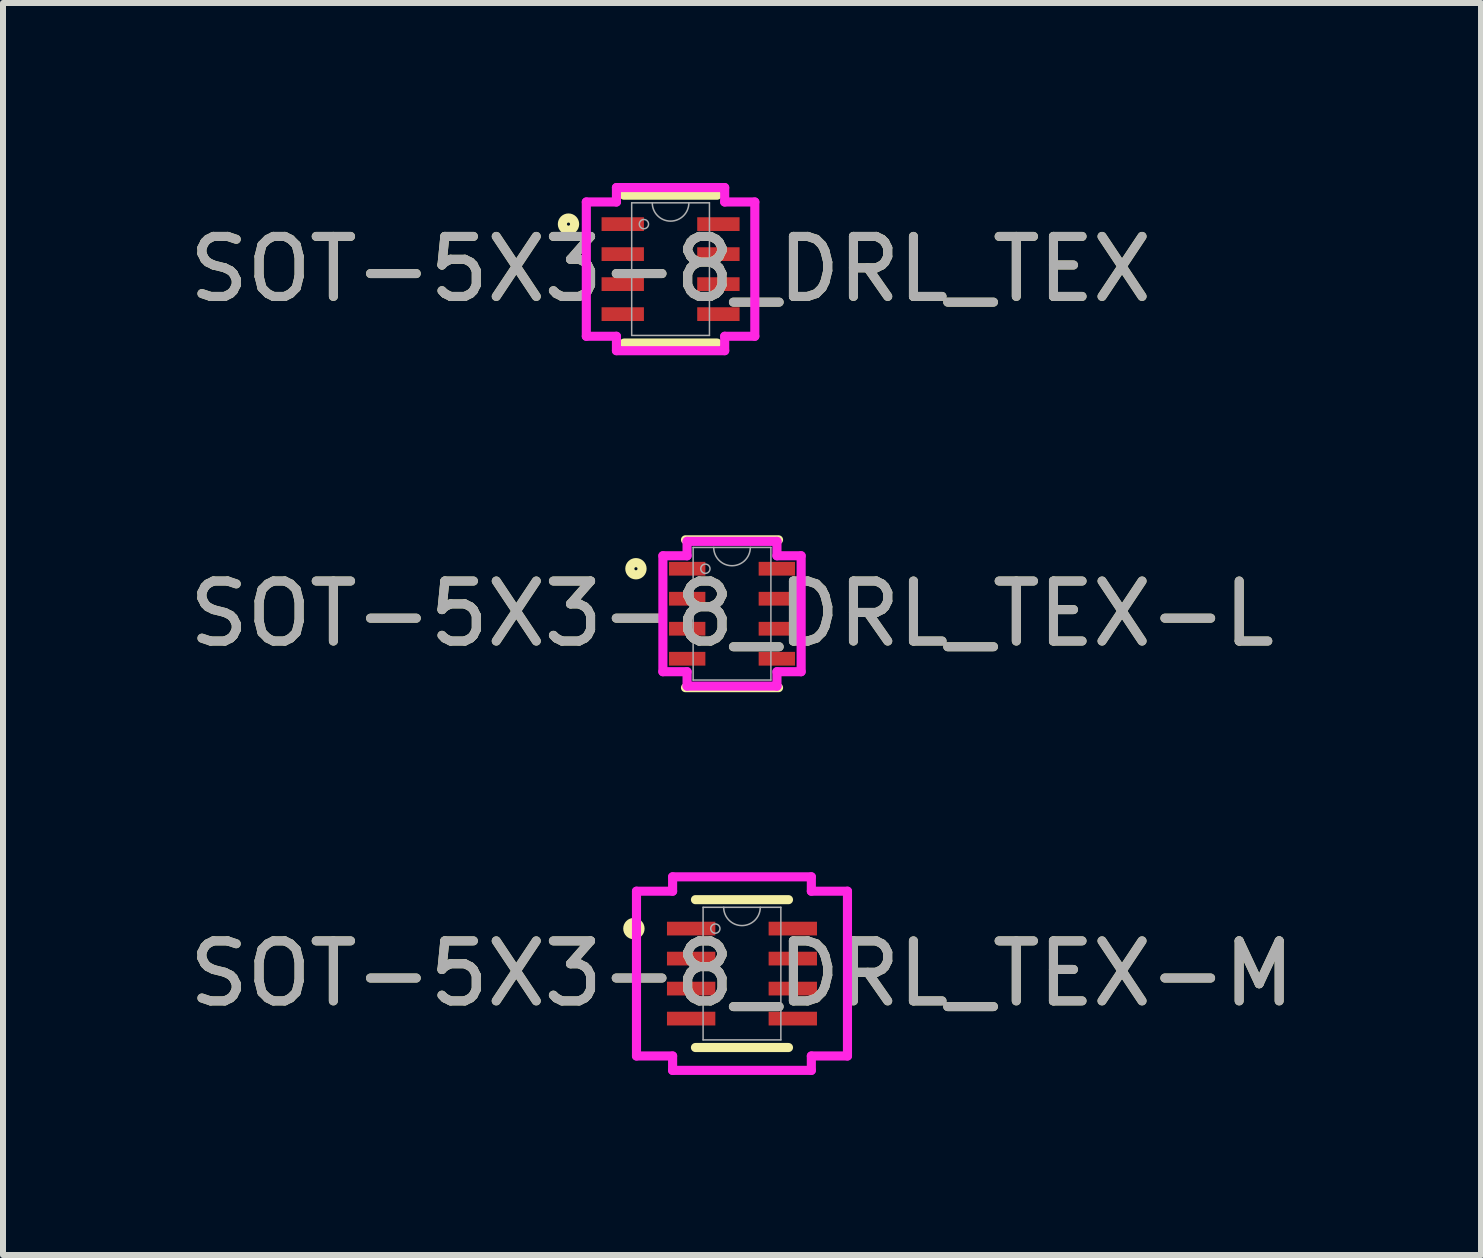
<source format=kicad_pcb>
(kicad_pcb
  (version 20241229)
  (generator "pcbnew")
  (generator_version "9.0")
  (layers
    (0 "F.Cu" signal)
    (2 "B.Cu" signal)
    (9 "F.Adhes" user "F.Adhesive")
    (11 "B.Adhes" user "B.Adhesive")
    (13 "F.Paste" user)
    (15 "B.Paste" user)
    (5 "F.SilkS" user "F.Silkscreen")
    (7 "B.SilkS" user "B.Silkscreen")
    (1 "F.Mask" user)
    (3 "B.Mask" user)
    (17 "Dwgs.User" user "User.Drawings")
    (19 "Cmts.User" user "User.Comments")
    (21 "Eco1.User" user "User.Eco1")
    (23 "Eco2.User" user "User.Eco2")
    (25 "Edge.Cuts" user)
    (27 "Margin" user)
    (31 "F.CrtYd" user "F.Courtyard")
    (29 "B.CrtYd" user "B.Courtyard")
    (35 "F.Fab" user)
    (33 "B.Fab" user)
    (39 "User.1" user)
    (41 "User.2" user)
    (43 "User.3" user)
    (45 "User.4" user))
  (footprint "SOT-5X3-8_DRL_TEX-L"
    (layer "F.Cu")
    (at 9.149 7.178)
    (property "Reference" "SOT-5X3-8_DRL_TEX-L" (at 0 0 0) (unlocked yes) (layer "F.SilkS") (effects (font (size 1 1) (thickness 0.15))))
    (attr smd)
    (fp_line (start -0.775 1.232) (end 0.775 1.232) (stroke (width 0.152) (type solid)) (layer "F.SilkS"))
    (fp_line (start 0.775 -1.232) (end -0.775 -1.232) (stroke (width 0.152) (type solid)) (layer "F.SilkS"))
    (fp_circle (center -1.601 -0.75) (end -1.499 -0.75) (stroke (width 0.152) (type solid)) (fill no) (layer "F.SilkS"))
    (fp_line (start -1.152 -0.966) (end -0.749 -0.966) (stroke (width 0.152) (type solid)) (layer "F.CrtYd"))
    (fp_line (start -1.152 0.966) (end -1.152 -0.966) (stroke (width 0.152) (type solid)) (layer "F.CrtYd"))
    (fp_line (start -1.152 0.966) (end -0.749 0.966) (stroke (width 0.152) (type solid)) (layer "F.CrtYd"))
    (fp_line (start -0.749 -1.206) (end 0.749 -1.206) (stroke (width 0.152) (type solid)) (layer "F.CrtYd"))
    (fp_line (start -0.749 -0.966) (end -0.749 -1.206) (stroke (width 0.152) (type solid)) (layer "F.CrtYd"))
    (fp_line (start -0.749 1.206) (end -0.749 0.966) (stroke (width 0.152) (type solid)) (layer "F.CrtYd"))
    (fp_line (start 0.749 -1.206) (end 0.749 -0.966) (stroke (width 0.152) (type solid)) (layer "F.CrtYd"))
    (fp_line (start 0.749 0.966) (end 0.749 1.206) (stroke (width 0.152) (type solid)) (layer "F.CrtYd"))
    (fp_line (start 0.749 1.206) (end -0.749 1.206) (stroke (width 0.152) (type solid)) (layer "F.CrtYd"))
    (fp_line (start 1.152 -0.966) (end 0.749 -0.966) (stroke (width 0.152) (type solid)) (layer "F.CrtYd"))
    (fp_line (start 1.152 -0.966) (end 1.152 0.966) (stroke (width 0.152) (type solid)) (layer "F.CrtYd"))
    (fp_line (start 1.152 0.966) (end 0.749 0.966) (stroke (width 0.152) (type solid)) (layer "F.CrtYd"))
    (fp_line (start -0.648 -1.105) (end -0.648 1.105) (stroke (width 0.025) (type solid)) (layer "F.Fab"))
    (fp_line (start -0.648 1.105) (end 0.648 1.105) (stroke (width 0.025) (type solid)) (layer "F.Fab"))
    (fp_line (start 0.648 -1.105) (end -0.648 -1.105) (stroke (width 0.025) (type solid)) (layer "F.Fab"))
    (fp_line (start 0.648 1.105) (end 0.648 -1.105) (stroke (width 0.025) (type solid)) (layer "F.Fab"))
    (fp_arc (start 0.3048 -1.1049) (mid 0 -0.8001) (end -0.3048 -1.1049) (stroke (width 0.0254) (type solid)) (layer "F.Fab"))
    (fp_circle (center -0.444 -0.75) (end -0.367 -0.75) (stroke (width 0.025) (type solid)) (fill no) (layer "F.Fab"))
    (fp_text user "${REFERENCE}" (at 0 0 0) (unlocked yes) (layer "F.Fab") (effects (font (size 1 1) (thickness 0.15))))
    (pad "1" smd rect (at -0.747 -0.75) (size 0.606 0.229) (layers "F.Cu" "F.Mask" "F.Paste"))
    (pad "2" smd rect (at -0.747 -0.25) (size 0.606 0.229) (layers "F.Cu" "F.Mask" "F.Paste"))
    (pad "3" smd rect (at -0.747 0.25) (size 0.606 0.229) (layers "F.Cu" "F.Mask" "F.Paste"))
    (pad "4" smd rect (at -0.747 0.75) (size 0.606 0.229) (layers "F.Cu" "F.Mask" "F.Paste"))
    (pad "5" smd rect (at 0.747 0.75) (size 0.606 0.229) (layers "F.Cu" "F.Mask" "F.Paste"))
    (pad "6" smd rect (at 0.747 0.25) (size 0.606 0.229) (layers "F.Cu" "F.Mask" "F.Paste"))
    (pad "7" smd rect (at 0.747 -0.25) (size 0.606 0.229) (layers "F.Cu" "F.Mask" "F.Paste"))
    (pad "8" smd rect (at 0.747 -0.75) (size 0.606 0.229) (layers "F.Cu" "F.Mask" "F.Paste")))
  (footprint "SOT-5X3-8_DRL_TEX"
    (layer "F.Cu")
    (at 8.125 1.435)
    (property "Reference" "SOT-5X3-8_DRL_TEX" (at 0 0 0) (unlocked yes) (layer "F.SilkS") (effects (font (size 1 1) (thickness 0.15))))
    (attr smd)
    (fp_line (start -0.775 1.232) (end 0.775 1.232) (stroke (width 0.152) (type solid)) (layer "F.SilkS"))
    (fp_line (start 0.775 -1.232) (end -0.775 -1.232) (stroke (width 0.152) (type solid)) (layer "F.SilkS"))
    (fp_circle (center -1.701 -0.75) (end -1.599 -0.75) (stroke (width 0.152) (type solid)) (fill no) (layer "F.SilkS"))
    (fp_line (start -1.404 -1.119) (end -0.902 -1.119) (stroke (width 0.152) (type solid)) (layer "F.CrtYd"))
    (fp_line (start -1.404 1.119) (end -1.404 -1.119) (stroke (width 0.152) (type solid)) (layer "F.CrtYd"))
    (fp_line (start -1.404 1.119) (end -0.902 1.119) (stroke (width 0.152) (type solid)) (layer "F.CrtYd"))
    (fp_line (start -0.902 -1.359) (end 0.902 -1.359) (stroke (width 0.152) (type solid)) (layer "F.CrtYd"))
    (fp_line (start -0.902 -1.119) (end -0.902 -1.359) (stroke (width 0.152) (type solid)) (layer "F.CrtYd"))
    (fp_line (start -0.902 1.359) (end -0.902 1.119) (stroke (width 0.152) (type solid)) (layer "F.CrtYd"))
    (fp_line (start 0.902 -1.359) (end 0.902 -1.119) (stroke (width 0.152) (type solid)) (layer "F.CrtYd"))
    (fp_line (start 0.902 1.119) (end 0.902 1.359) (stroke (width 0.152) (type solid)) (layer "F.CrtYd"))
    (fp_line (start 0.902 1.359) (end -0.902 1.359) (stroke (width 0.152) (type solid)) (layer "F.CrtYd"))
    (fp_line (start 1.404 -1.119) (end 0.902 -1.119) (stroke (width 0.152) (type solid)) (layer "F.CrtYd"))
    (fp_line (start 1.404 -1.119) (end 1.404 1.119) (stroke (width 0.152) (type solid)) (layer "F.CrtYd"))
    (fp_line (start 1.404 1.119) (end 0.902 1.119) (stroke (width 0.152) (type solid)) (layer "F.CrtYd"))
    (fp_line (start -0.648 -1.105) (end -0.648 1.105) (stroke (width 0.025) (type solid)) (layer "F.Fab"))
    (fp_line (start -0.648 1.105) (end 0.648 1.105) (stroke (width 0.025) (type solid)) (layer "F.Fab"))
    (fp_line (start 0.648 -1.105) (end -0.648 -1.105) (stroke (width 0.025) (type solid)) (layer "F.Fab"))
    (fp_line (start 0.648 1.105) (end 0.648 -1.105) (stroke (width 0.025) (type solid)) (layer "F.Fab"))
    (fp_arc (start 0.3048 -1.1049) (mid 0 -0.8001) (end -0.3048 -1.1049) (stroke (width 0.0254) (type solid)) (layer "F.Fab"))
    (fp_circle (center -0.444 -0.75) (end -0.367 -0.75) (stroke (width 0.025) (type solid)) (fill no) (layer "F.Fab"))
    (fp_text user "${REFERENCE}" (at 0 0 0) (unlocked yes) (layer "F.Fab") (effects (font (size 1 1) (thickness 0.15))))
    (pad "1" smd rect (at -0.797 -0.75) (size 0.706 0.229) (layers "F.Cu" "F.Mask" "F.Paste"))
    (pad "2" smd rect (at -0.797 -0.25) (size 0.706 0.229) (layers "F.Cu" "F.Mask" "F.Paste"))
    (pad "3" smd rect (at -0.797 0.25) (size 0.706 0.229) (layers "F.Cu" "F.Mask" "F.Paste"))
    (pad "4" smd rect (at -0.797 0.75) (size 0.706 0.229) (layers "F.Cu" "F.Mask" "F.Paste"))
    (pad "5" smd rect (at 0.797 0.75) (size 0.706 0.229) (layers "F.Cu" "F.Mask" "F.Paste"))
    (pad "6" smd rect (at 0.797 0.25) (size 0.706 0.229) (layers "F.Cu" "F.Mask" "F.Paste"))
    (pad "7" smd rect (at 0.797 -0.25) (size 0.706 0.229) (layers "F.Cu" "F.Mask" "F.Paste"))
    (pad "8" smd rect (at 0.797 -0.75) (size 0.706 0.229) (layers "F.Cu" "F.Mask" "F.Paste")))
  (footprint "SOT-5X3-8_DRL_TEX-M"
    (layer "F.Cu")
    (at 9.315 13.175)
    (property "Reference" "SOT-5X3-8_DRL_TEX-M" (at 0 0 0) (unlocked yes) (layer "F.SilkS") (effects (font (size 1 1) (thickness 0.15))))
    (attr smd)
    (fp_line (start -0.775 1.232) (end 0.775 1.232) (stroke (width 0.152) (type solid)) (layer "F.SilkS"))
    (fp_line (start 0.775 -1.232) (end -0.775 -1.232) (stroke (width 0.152) (type solid)) (layer "F.SilkS"))
    (fp_circle (center -1.801 -0.75) (end -1.699 -0.75) (stroke (width 0.152) (type solid)) (fill no) (layer "F.SilkS"))
    (fp_line (start -1.758 -1.373) (end -1.156 -1.373) (stroke (width 0.152) (type solid)) (layer "F.CrtYd"))
    (fp_line (start -1.758 1.373) (end -1.758 -1.373) (stroke (width 0.152) (type solid)) (layer "F.CrtYd"))
    (fp_line (start -1.758 1.373) (end -1.156 1.373) (stroke (width 0.152) (type solid)) (layer "F.CrtYd"))
    (fp_line (start -1.156 -1.613) (end 1.156 -1.613) (stroke (width 0.152) (type solid)) (layer "F.CrtYd"))
    (fp_line (start -1.156 -1.373) (end -1.156 -1.613) (stroke (width 0.152) (type solid)) (layer "F.CrtYd"))
    (fp_line (start -1.156 1.613) (end -1.156 1.373) (stroke (width 0.152) (type solid)) (layer "F.CrtYd"))
    (fp_line (start 1.156 -1.613) (end 1.156 -1.373) (stroke (width 0.152) (type solid)) (layer "F.CrtYd"))
    (fp_line (start 1.156 1.373) (end 1.156 1.613) (stroke (width 0.152) (type solid)) (layer "F.CrtYd"))
    (fp_line (start 1.156 1.613) (end -1.156 1.613) (stroke (width 0.152) (type solid)) (layer "F.CrtYd"))
    (fp_line (start 1.758 -1.373) (end 1.156 -1.373) (stroke (width 0.152) (type solid)) (layer "F.CrtYd"))
    (fp_line (start 1.758 -1.373) (end 1.758 1.373) (stroke (width 0.152) (type solid)) (layer "F.CrtYd"))
    (fp_line (start 1.758 1.373) (end 1.156 1.373) (stroke (width 0.152) (type solid)) (layer "F.CrtYd"))
    (fp_line (start -0.648 -1.105) (end -0.648 1.105) (stroke (width 0.025) (type solid)) (layer "F.Fab"))
    (fp_line (start -0.648 1.105) (end 0.648 1.105) (stroke (width 0.025) (type solid)) (layer "F.Fab"))
    (fp_line (start 0.648 -1.105) (end -0.648 -1.105) (stroke (width 0.025) (type solid)) (layer "F.Fab"))
    (fp_line (start 0.648 1.105) (end 0.648 -1.105) (stroke (width 0.025) (type solid)) (layer "F.Fab"))
    (fp_arc (start 0.3048 -1.1049) (mid 0 -0.8001) (end -0.3048 -1.1049) (stroke (width 0.0254) (type solid)) (layer "F.Fab"))
    (fp_circle (center -0.444 -0.75) (end -0.367 -0.75) (stroke (width 0.025) (type solid)) (fill no) (layer "F.Fab"))
    (fp_text user "${REFERENCE}" (at 0 0 0) (unlocked yes) (layer "F.Fab") (effects (font (size 1 1) (thickness 0.15))))
    (pad "1" smd rect (at -0.847 -0.75) (size 0.806 0.229) (layers "F.Cu" "F.Mask" "F.Paste"))
    (pad "2" smd rect (at -0.847 -0.25) (size 0.806 0.229) (layers "F.Cu" "F.Mask" "F.Paste"))
    (pad "3" smd rect (at -0.847 0.25) (size 0.806 0.229) (layers "F.Cu" "F.Mask" "F.Paste"))
    (pad "4" smd rect (at -0.847 0.75) (size 0.806 0.229) (layers "F.Cu" "F.Mask" "F.Paste"))
    (pad "5" smd rect (at 0.847 0.75) (size 0.806 0.229) (layers "F.Cu" "F.Mask" "F.Paste"))
    (pad "6" smd rect (at 0.847 0.25) (size 0.806 0.229) (layers "F.Cu" "F.Mask" "F.Paste"))
    (pad "7" smd rect (at 0.847 -0.25) (size 0.806 0.229) (layers "F.Cu" "F.Mask" "F.Paste"))
    (pad "8" smd rect (at 0.847 -0.75) (size 0.806 0.229) (layers "F.Cu" "F.Mask" "F.Paste")))
  (gr_rect
    (start -3 -3)
    (end 21.631 17.865)
    (stroke (width 0.1) (type default))
    (fill no)
    (layer "Edge.Cuts")))
</source>
